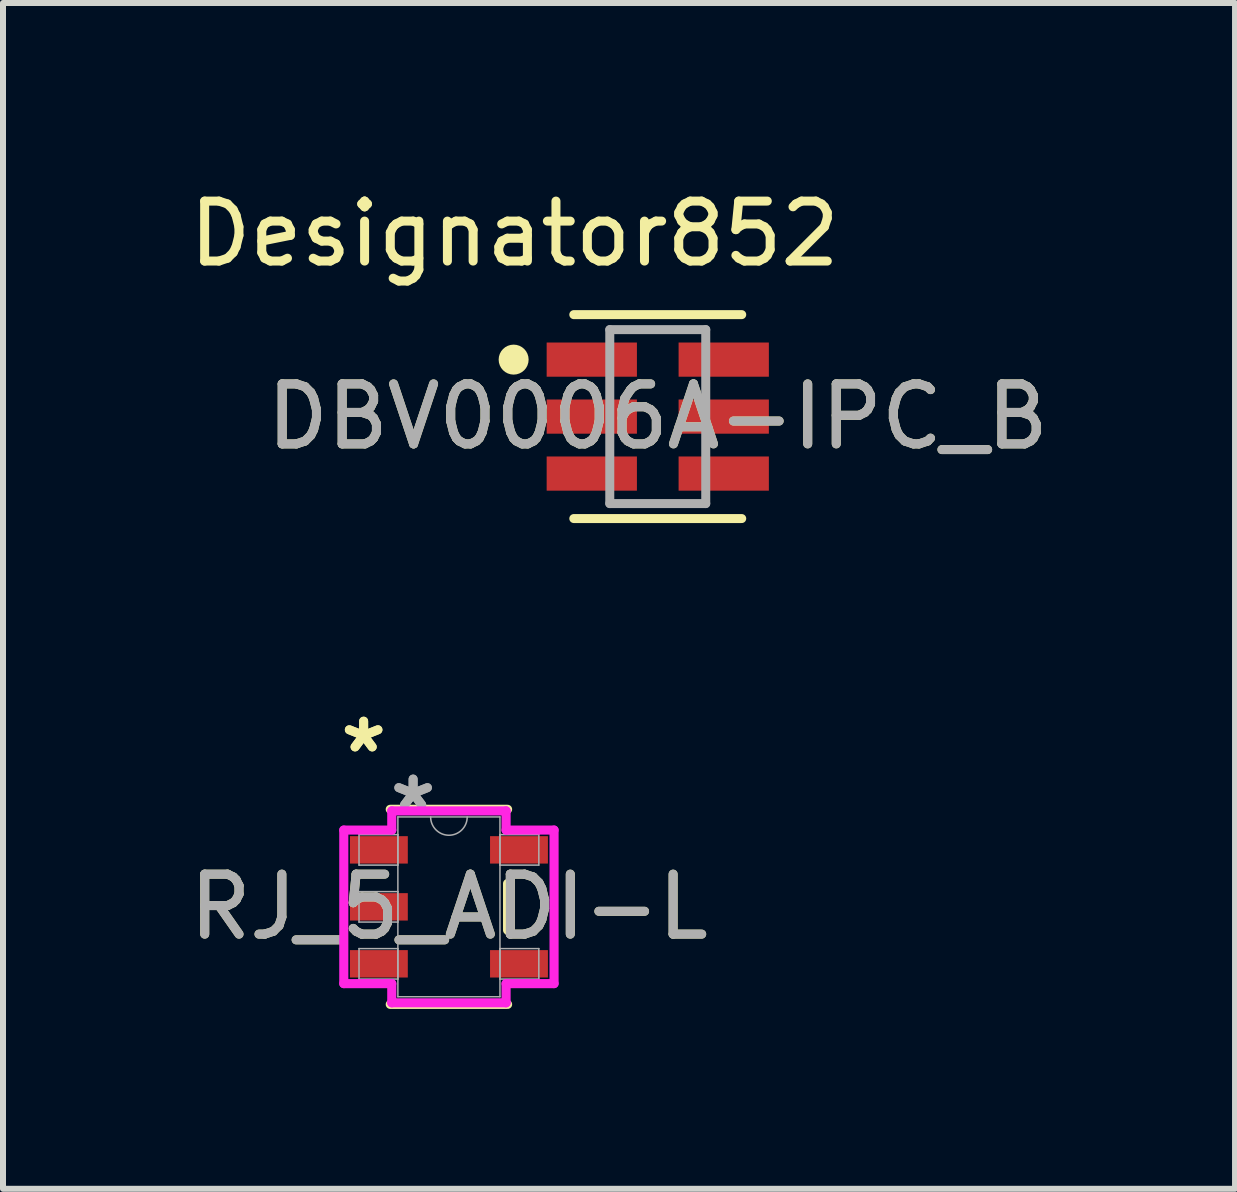
<source format=kicad_pcb>
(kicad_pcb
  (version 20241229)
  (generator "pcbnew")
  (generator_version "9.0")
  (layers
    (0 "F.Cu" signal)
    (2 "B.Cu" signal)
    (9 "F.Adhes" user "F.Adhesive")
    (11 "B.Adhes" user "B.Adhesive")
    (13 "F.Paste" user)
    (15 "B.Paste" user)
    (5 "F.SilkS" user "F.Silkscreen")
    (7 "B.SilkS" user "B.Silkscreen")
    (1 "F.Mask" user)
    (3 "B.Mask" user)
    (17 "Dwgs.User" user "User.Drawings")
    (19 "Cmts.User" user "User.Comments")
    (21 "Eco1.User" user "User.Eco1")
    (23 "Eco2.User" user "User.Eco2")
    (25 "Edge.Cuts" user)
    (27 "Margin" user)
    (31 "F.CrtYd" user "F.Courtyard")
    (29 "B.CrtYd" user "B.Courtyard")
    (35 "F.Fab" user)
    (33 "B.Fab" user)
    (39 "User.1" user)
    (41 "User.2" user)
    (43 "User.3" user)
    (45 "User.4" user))
  (footprint "DBV0006A-IPC_B"
    (layer "F.Cu")
    (at 7.917 3.896)
    (property "Reference" "DBV0006A-IPC_B" (at 0 0 0) (unlocked yes) (layer "F.SilkS") (effects (font (size 1 1) (thickness 0.15))))
    (attr smd)
    (fp_line (start -1.4 -1.7) (end 1.4 -1.7) (stroke (width 0.15) (type solid)) (layer "F.SilkS"))
    (fp_line (start -1.4 1.7) (end 1.4 1.7) (stroke (width 0.15) (type solid)) (layer "F.SilkS"))
    (fp_circle (center -2.403 -0.95) (end -2.278 -0.95) (stroke (width 0.25) (type solid)) (fill no) (layer "F.SilkS"))
    (fp_line (start -0.8 -1.45) (end 0.8 -1.45) (stroke (width 0.15) (type solid)) (layer "F.Fab"))
    (fp_line (start -0.8 1.45) (end -0.8 -1.45) (stroke (width 0.15) (type solid)) (layer "F.Fab"))
    (fp_line (start -0.8 1.45) (end 0.8 1.45) (stroke (width 0.15) (type solid)) (layer "F.Fab"))
    (fp_line (start 0.8 1.45) (end 0.8 -1.45) (stroke (width 0.15) (type solid)) (layer "F.Fab"))
    (fp_text user "Designator852" (at -2.388 -3.048 0) (unlocked yes) (layer "F.SilkS") (effects (font (size 1 1) (thickness 0.15))))
    (fp_text user "${REFERENCE}" (at 0 0 0) (unlocked yes) (layer "F.Fab") (effects (font (size 1 1) (thickness 0.15))))
    (pad "1" smd rect (at -1.1 -0.95) (size 1.505 0.57) (layers "F.Cu" "F.Mask" "F.Paste"))
    (pad "2" smd rect (at -1.1 0) (size 1.505 0.57) (layers "F.Cu" "F.Mask" "F.Paste"))
    (pad "3" smd rect (at -1.1 0.95) (size 1.505 0.57) (layers "F.Cu" "F.Mask" "F.Paste"))
    (pad "4" smd rect (at 1.1 0.95) (size 1.505 0.57) (layers "F.Cu" "F.Mask" "F.Paste"))
    (pad "5" smd rect (at 1.1 0) (size 1.505 0.57) (layers "F.Cu" "F.Mask" "F.Paste"))
    (pad "6" smd rect (at 1.1 -0.95) (size 1.505 0.57) (layers "F.Cu" "F.Mask" "F.Paste")))
  (footprint "RJ_5_ADI-L"
    (layer "F.Cu")
    (at 4.435 12.07)
    (property "Reference" "RJ_5_ADI-L" (at 0 0 0) (unlocked yes) (layer "F.SilkS") (effects (font (size 1 1) (thickness 0.15))))
    (attr smd)
    (fp_line (start -0.978 1.626) (end 0.978 1.626) (stroke (width 0.152) (type solid)) (layer "F.SilkS"))
    (fp_line (start 0.978 -1.626) (end -0.978 -1.626) (stroke (width 0.152) (type solid)) (layer "F.SilkS"))
    (fp_line (start 0.978 0.389) (end 0.978 -0.389) (stroke (width 0.152) (type solid)) (layer "F.SilkS"))
    (fp_line (start -1.753 -1.28) (end -0.953 -1.28) (stroke (width 0.152) (type solid)) (layer "F.CrtYd"))
    (fp_line (start -1.753 1.28) (end -1.753 -1.28) (stroke (width 0.152) (type solid)) (layer "F.CrtYd"))
    (fp_line (start -0.953 -1.6) (end 0.953 -1.6) (stroke (width 0.152) (type solid)) (layer "F.CrtYd"))
    (fp_line (start -0.953 -1.28) (end -0.953 -1.6) (stroke (width 0.152) (type solid)) (layer "F.CrtYd"))
    (fp_line (start -0.953 1.28) (end -1.753 1.28) (stroke (width 0.152) (type solid)) (layer "F.CrtYd"))
    (fp_line (start -0.953 1.6) (end -0.953 1.28) (stroke (width 0.152) (type solid)) (layer "F.CrtYd"))
    (fp_line (start 0.953 -1.6) (end 0.953 -1.28) (stroke (width 0.152) (type solid)) (layer "F.CrtYd"))
    (fp_line (start 0.953 -1.28) (end 1.753 -1.28) (stroke (width 0.152) (type solid)) (layer "F.CrtYd"))
    (fp_line (start 0.953 1.28) (end 0.953 1.6) (stroke (width 0.152) (type solid)) (layer "F.CrtYd"))
    (fp_line (start 0.953 1.6) (end -0.953 1.6) (stroke (width 0.152) (type solid)) (layer "F.CrtYd"))
    (fp_line (start 1.753 -1.28) (end 1.753 1.28) (stroke (width 0.152) (type solid)) (layer "F.CrtYd"))
    (fp_line (start 1.753 1.28) (end 0.953 1.28) (stroke (width 0.152) (type solid)) (layer "F.CrtYd"))
    (fp_line (start -1.499 -1.204) (end -1.499 -0.696) (stroke (width 0.025) (type solid)) (layer "F.Fab"))
    (fp_line (start -1.499 -0.696) (end -0.851 -0.696) (stroke (width 0.025) (type solid)) (layer "F.Fab"))
    (fp_line (start -1.499 -0.254) (end -1.499 0.254) (stroke (width 0.025) (type solid)) (layer "F.Fab"))
    (fp_line (start -1.499 0.254) (end -0.851 0.254) (stroke (width 0.025) (type solid)) (layer "F.Fab"))
    (fp_line (start -1.499 0.696) (end -1.499 1.204) (stroke (width 0.025) (type solid)) (layer "F.Fab"))
    (fp_line (start -1.499 1.204) (end -0.851 1.204) (stroke (width 0.025) (type solid)) (layer "F.Fab"))
    (fp_line (start -0.851 -1.499) (end -0.851 1.499) (stroke (width 0.025) (type solid)) (layer "F.Fab"))
    (fp_line (start -0.851 -1.204) (end -1.499 -1.204) (stroke (width 0.025) (type solid)) (layer "F.Fab"))
    (fp_line (start -0.851 -0.696) (end -0.851 -1.204) (stroke (width 0.025) (type solid)) (layer "F.Fab"))
    (fp_line (start -0.851 -0.254) (end -1.499 -0.254) (stroke (width 0.025) (type solid)) (layer "F.Fab"))
    (fp_line (start -0.851 0.254) (end -0.851 -0.254) (stroke (width 0.025) (type solid)) (layer "F.Fab"))
    (fp_line (start -0.851 0.696) (end -1.499 0.696) (stroke (width 0.025) (type solid)) (layer "F.Fab"))
    (fp_line (start -0.851 1.204) (end -0.851 0.696) (stroke (width 0.025) (type solid)) (layer "F.Fab"))
    (fp_line (start -0.851 1.499) (end 0.851 1.499) (stroke (width 0.025) (type solid)) (layer "F.Fab"))
    (fp_line (start 0.851 -1.499) (end -0.851 -1.499) (stroke (width 0.025) (type solid)) (layer "F.Fab"))
    (fp_line (start 0.851 -1.204) (end 0.851 -0.696) (stroke (width 0.025) (type solid)) (layer "F.Fab"))
    (fp_line (start 0.851 -0.696) (end 1.499 -0.696) (stroke (width 0.025) (type solid)) (layer "F.Fab"))
    (fp_line (start 0.851 0.696) (end 0.851 1.204) (stroke (width 0.025) (type solid)) (layer "F.Fab"))
    (fp_line (start 0.851 1.204) (end 1.499 1.204) (stroke (width 0.025) (type solid)) (layer "F.Fab"))
    (fp_line (start 0.851 1.499) (end 0.851 -1.499) (stroke (width 0.025) (type solid)) (layer "F.Fab"))
    (fp_line (start 1.499 -1.204) (end 0.851 -1.204) (stroke (width 0.025) (type solid)) (layer "F.Fab"))
    (fp_line (start 1.499 -0.696) (end 1.499 -1.204) (stroke (width 0.025) (type solid)) (layer "F.Fab"))
    (fp_line (start 1.499 0.696) (end 0.851 0.696) (stroke (width 0.025) (type solid)) (layer "F.Fab"))
    (fp_line (start 1.499 1.204) (end 1.499 0.696) (stroke (width 0.025) (type solid)) (layer "F.Fab"))
    (fp_arc (start 0.3048 -1.4986) (mid 0 -1.1938) (end -0.3048 -1.4986) (stroke (width 0.0254) (type solid)) (layer "F.Fab"))
    (fp_text user "*" (at -1.422 -2.55 0) (layer "F.SilkS") (effects (font (size 1 1) (thickness 0.15))))
    (fp_text user "*" (at -1.422 -2.55 0) (unlocked yes) (layer "F.SilkS") (effects (font (size 1 1) (thickness 0.15))))
    (fp_text user "*" (at -0.597 -1.585 0) (layer "F.Fab") (effects (font (size 1 1) (thickness 0.15))))
    (fp_text user "${REFERENCE}" (at 0 0 0) (unlocked yes) (layer "F.Fab") (effects (font (size 1 1) (thickness 0.15))))
    (fp_text user "*" (at -0.597 -1.585 0) (unlocked yes) (layer "F.Fab") (effects (font (size 1 1) (thickness 0.15))))
    (pad "1" smd rect (at -1.168 -0.95) (size 0.965 0.457) (layers "F.Cu" "F.Mask" "F.Paste"))
    (pad "2" smd rect (at -1.168 0) (size 0.965 0.457) (layers "F.Cu" "F.Mask" "F.Paste"))
    (pad "3" smd rect (at -1.168 0.95) (size 0.965 0.457) (layers "F.Cu" "F.Mask" "F.Paste"))
    (pad "4" smd rect (at 1.168 0.95) (size 0.965 0.457) (layers "F.Cu" "F.Mask" "F.Paste"))
    (pad "5" smd rect (at 1.168 -0.95) (size 0.965 0.457) (layers "F.Cu" "F.Mask" "F.Paste")))
  (gr_rect
    (start -3 -3)
    (end 17.542 16.771)
    (stroke (width 0.1) (type default))
    (fill no)
    (layer "Edge.Cuts")))
</source>
